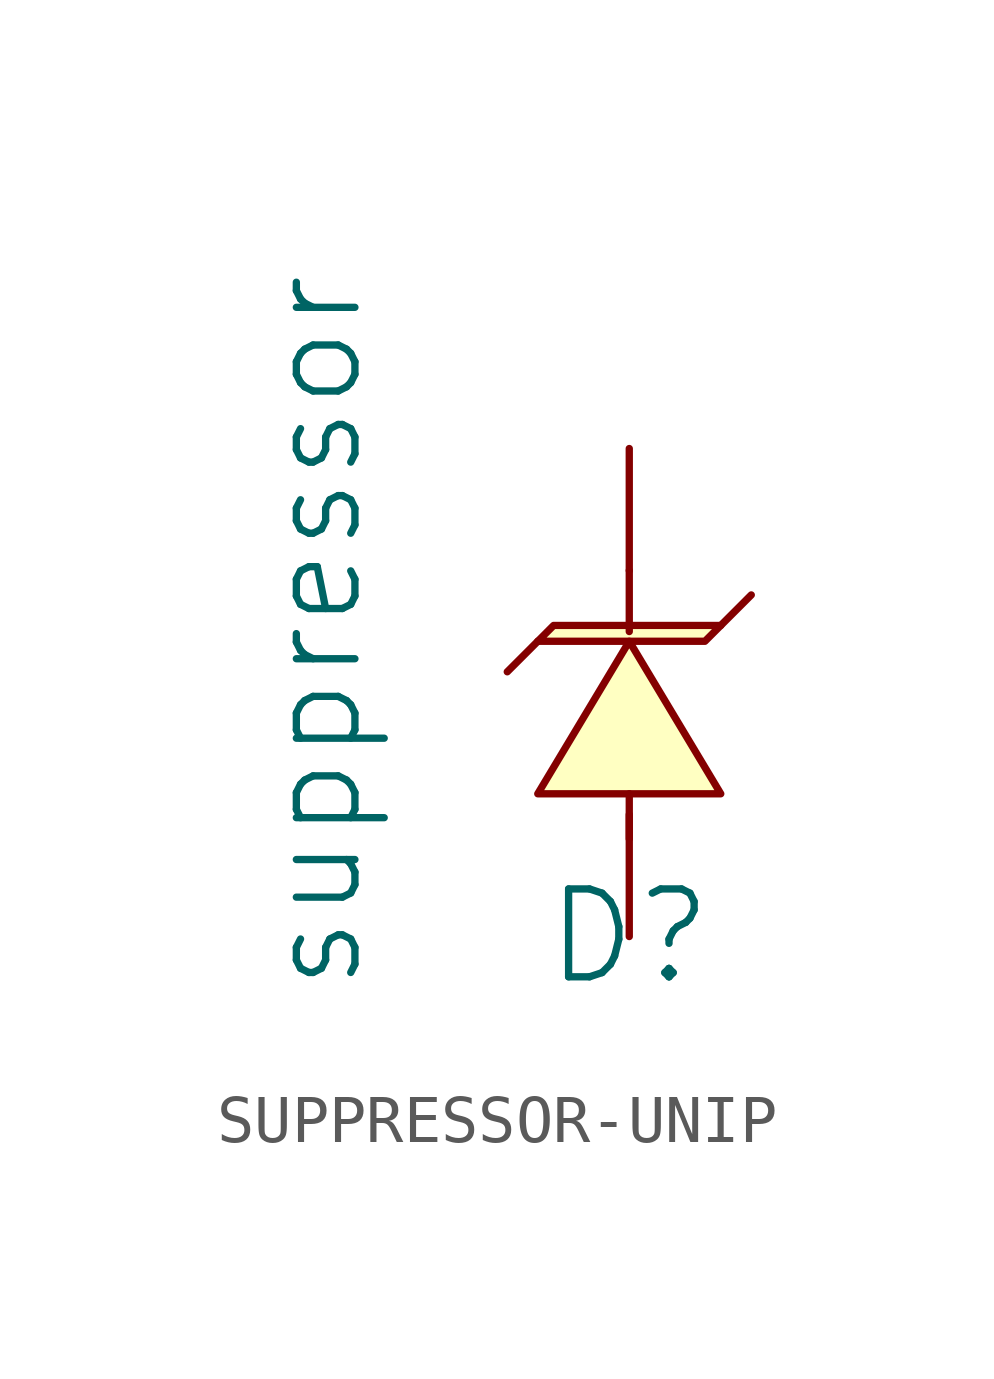
<source format=kicad_sym>
(kicad_symbol_lib
  (version 20241209)
  (generator "kicad_symbol_editor")
  (generator_version "9.0")
  (symbol "SUPPRESSOR-UNIP"
    (pin_numbers
      (hide yes))
    (pin_names
      (hide yes))
    (property "Reference" "D"
      (at 0 -5.08 0)
      (effects (font (size 1.829 1.829))))
    (property "Value" "suppressor"
      (at -7.62 1.27 90)
      (effects (font (size 1.829 1.829)) (justify top)))
    (symbol "SUPPRESSOR-UNIP_1_0"
      (polyline (pts (xy -1.905 1.067) (xy -2.54 0.432)) (stroke (width 0) (type solid)) (fill (type none)))
      (polyline (pts (xy -1.905 1.067) (xy -1.575 1.397) (xy 1.905 1.397) (xy 1.575 1.067) (xy -1.905 1.067)) (stroke (width 0) (type solid)) (fill (type background)))
      (polyline (pts (xy 0 2.54) (xy 0 1.27)) (stroke (width 0) (type solid)) (fill (type none)))
      (polyline (pts (xy 0 1.067) (xy -1.905 -2.108) (xy 1.905 -2.108) (xy 0 1.067)) (stroke (width 0) (type solid)) (fill (type background)))
      (polyline (pts (xy 0 -2.108) (xy 0 -3.048)) (stroke (width 0) (type solid)) (fill (type none)))
      (polyline (pts (xy 2.54 2.032) (xy 1.905 1.397)) (stroke (width 0) (type solid)) (fill (type none)))
      (pin passive line (at 0 5.08 270) (length 2.54) (name "" (effects (font (size 1.27 1.27)))) (number "K" (effects (font (size 1.27 1.27)))))
      (pin passive line (at 0 -5.08 90) (length 2.54) (name "" (effects (font (size 1.27 1.27)))) (number "A" (effects (font (size 1.27 1.27))))))))
</source>
